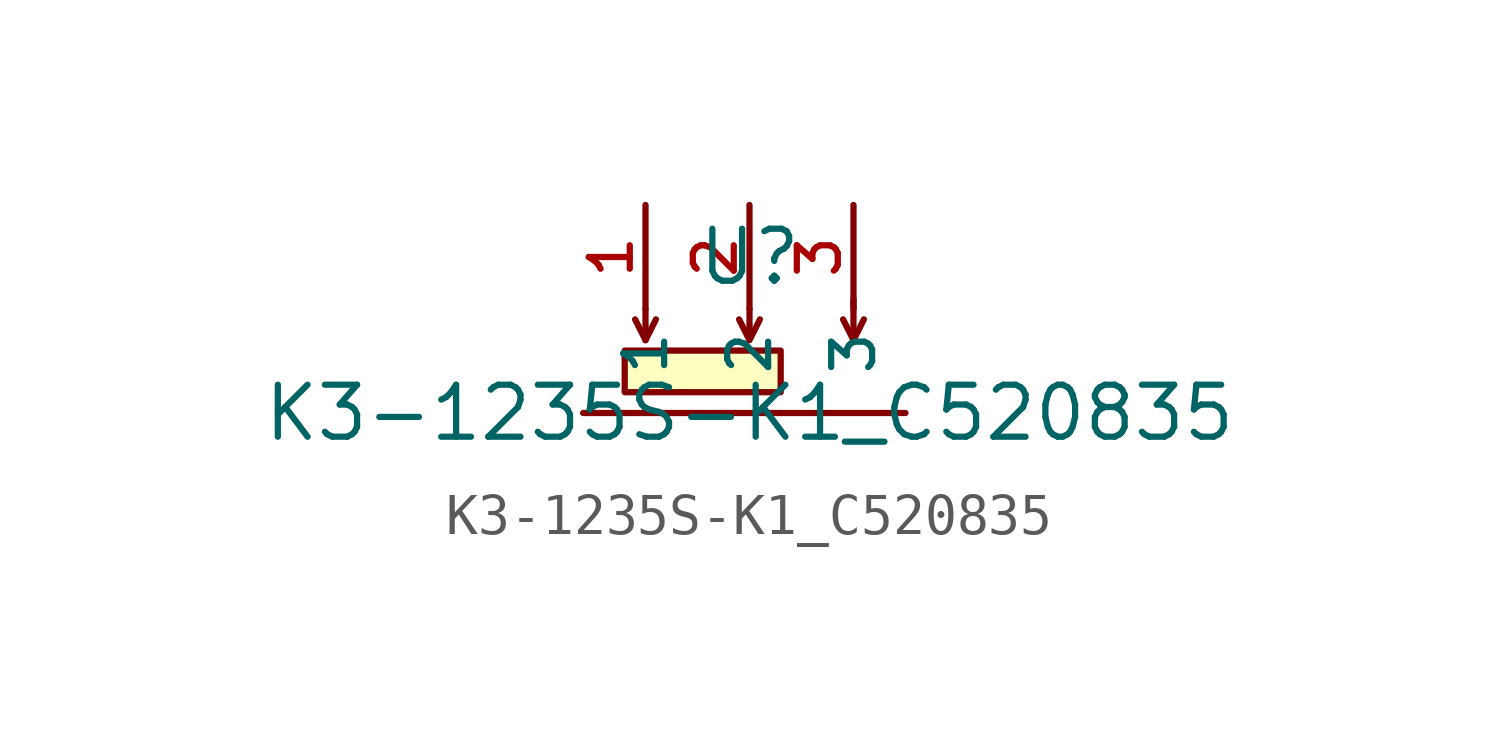
<source format=kicad_sym>
(kicad_symbol_lib
  (version 20210201)
  (generator TousstNicolas/JLC2KiCad_lib)
  (symbol "K3-1235S-K1_C520835"
    (property "Reference" "U"
      (at 0 1.27 0)
      (effects (font (size 1.27 1.27))))
    (property "Value" "K3-1235S-K1_C520835"
      (at 0 -2.54 0)
      (effects (font (size 1.27 1.27))))
    (symbol "K3-1235S-K1_C520835_0_1"
      (rectangle (start -3.048 -1.016) (end 0.762 -2.032) (stroke (width 0) (type default) (color 0 0 0 0)) (fill (type background)))
      (pin unspecified line (at -2.54 2.54 270) (length 2.54) (name "1" (effects (font (size 1 1)))) (number "1" (effects (font (size 1 1)))))
      (pin unspecified line (at 0.0 2.54 270) (length 2.54) (name "2" (effects (font (size 1 1)))) (number "2" (effects (font (size 1 1)))))
      (pin unspecified line (at 2.54 2.54 270) (length 2.54) (name "3" (effects (font (size 1 1)))) (number "3" (effects (font (size 1 1)))))
      (polyline (pts (xy -4.064 -2.54) (xy 3.81 -2.54)) (stroke (width 0) (type default) (color 0 0 0 0)) (fill (type none)))
      (polyline (pts (xy -2.54 -0.762) (xy -2.794 -0.254) (xy -2.54 -0.762)) (stroke (width 0) (type default) (color 0 0 0 0)) (fill (type none)))
      (polyline (pts (xy -2.54 -0.762) (xy -2.286 -0.254)) (stroke (width 0) (type default) (color 0 0 0 0)) (fill (type none)))
      (polyline (pts (xy 0.0 -0.762) (xy -0.254 -0.254) (xy 0.0 -0.762) (xy 0.254 -0.254)) (stroke (width 0) (type default) (color 0 0 0 0)) (fill (type none)))
      (polyline (pts (xy 2.54 -0.762) (xy 2.286 -0.254) (xy 2.54 -0.762) (xy 2.794 -0.254)) (stroke (width 0) (type default) (color 0 0 0 0)) (fill (type none)))
      (polyline (pts (xy 0.0 -0.0) (xy 0.0 -0.508) (xy 0.0 -0.254)) (stroke (width 0) (type default) (color 0 0 0 0)) (fill (type none)))
      (polyline (pts (xy -2.54 -0.0) (xy -2.54 -0.508)) (stroke (width 0) (type default) (color 0 0 0 0)) (fill (type none)))
      (polyline (pts (xy 2.54 0.254) (xy 2.54 -0.508)) (stroke (width 0) (type default) (color 0 0 0 0)) (fill (type none))))))
</source>
